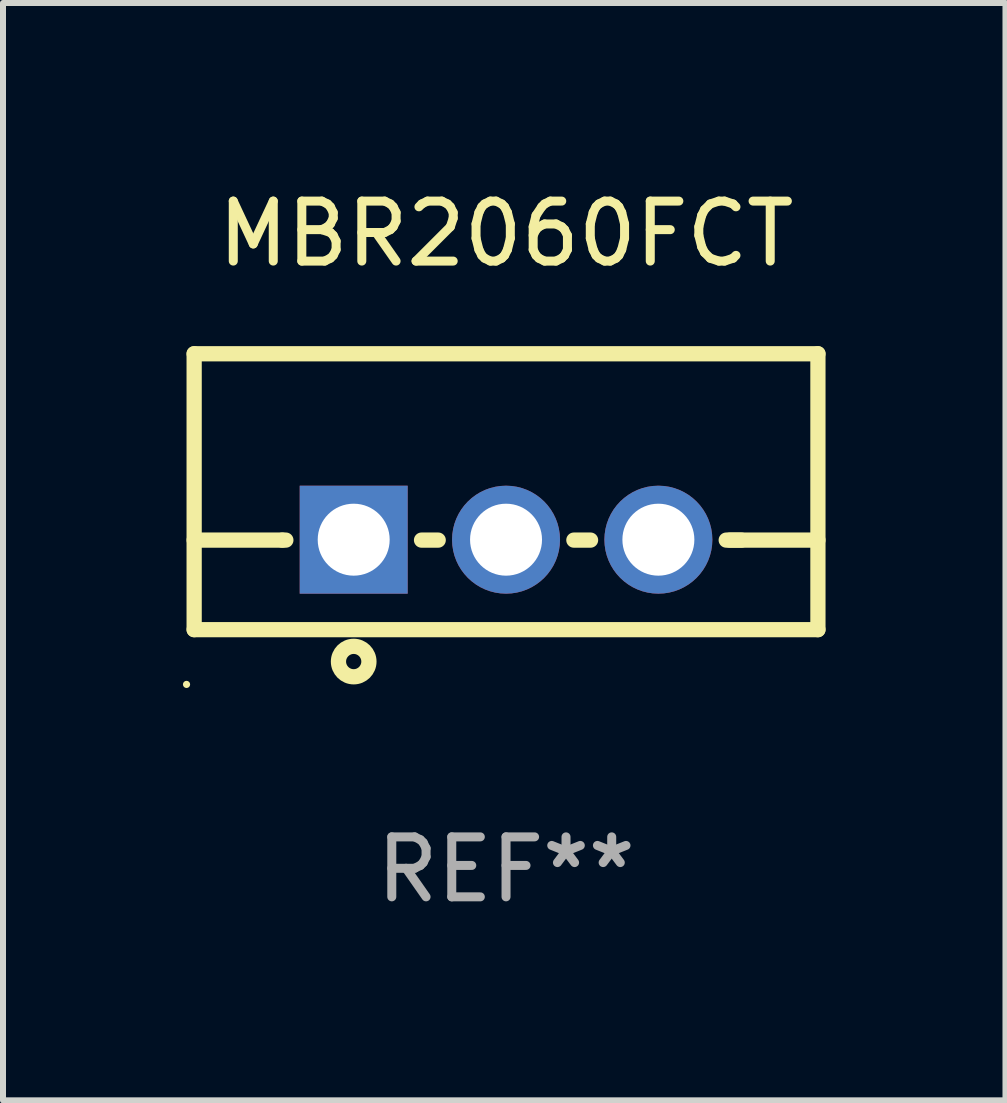
<source format=kicad_pcb>
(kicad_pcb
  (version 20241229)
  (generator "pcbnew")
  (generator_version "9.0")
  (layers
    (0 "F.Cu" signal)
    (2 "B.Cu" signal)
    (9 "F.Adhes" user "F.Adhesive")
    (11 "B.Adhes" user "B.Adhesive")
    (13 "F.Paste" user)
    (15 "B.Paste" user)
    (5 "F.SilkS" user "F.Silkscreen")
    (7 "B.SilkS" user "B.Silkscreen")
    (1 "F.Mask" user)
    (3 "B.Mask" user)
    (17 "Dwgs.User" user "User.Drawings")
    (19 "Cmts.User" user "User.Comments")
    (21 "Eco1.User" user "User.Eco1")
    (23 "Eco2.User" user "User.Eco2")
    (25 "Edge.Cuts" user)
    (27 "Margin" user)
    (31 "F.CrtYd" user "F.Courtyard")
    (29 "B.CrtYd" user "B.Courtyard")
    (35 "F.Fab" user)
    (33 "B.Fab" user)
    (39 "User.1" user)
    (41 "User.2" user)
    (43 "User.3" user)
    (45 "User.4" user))
  (footprint "MBR2060FCT"
    (layer "F.Cu")
    (at 5.387 5.148)
    (property "Reference" "MBR2060FCT" (at 0 -4.3 0) (layer "F.SilkS") (effects (font (size 1 1) (thickness 0.15))))
    (attr through_hole)
    (fp_line (start -5.2 -2.3) (end -5.2 2.3) (stroke (width 0.254) (type solid)) (layer "F.SilkS"))
    (fp_line (start -5.2 -2.3) (end 5.2 -2.3) (stroke (width 0.254) (type solid)) (layer "F.SilkS"))
    (fp_line (start -5.2 0.807) (end -3.731 0.807) (stroke (width 0.254) (type solid)) (layer "F.SilkS"))
    (fp_line (start -5.2 2.3) (end 5.2 2.3) (stroke (width 0.254) (type solid)) (layer "F.SilkS"))
    (fp_line (start -3.731 0.807) (end -3.671 0.807) (stroke (width 0.254) (type solid)) (layer "F.SilkS"))
    (fp_line (start -1.409 0.807) (end -1.131 0.807) (stroke (width 0.254) (type solid)) (layer "F.SilkS"))
    (fp_line (start 1.131 0.807) (end 1.409 0.807) (stroke (width 0.254) (type solid)) (layer "F.SilkS"))
    (fp_line (start 3.671 0.807) (end 3.926 0.807) (stroke (width 0.254) (type solid)) (layer "F.SilkS"))
    (fp_line (start 3.731 0.807) (end 5.2 0.807) (stroke (width 0.254) (type solid)) (layer "F.SilkS"))
    (fp_line (start 5.2 -2.3) (end 5.2 2.3) (stroke (width 0.254) (type solid)) (layer "F.SilkS"))
    (fp_circle (center -5.327 3.213) (end -5.297 3.213) (stroke (width 0.06) (type solid)) (fill no) (layer "F.SilkS"))
    (fp_circle (center -2.54 2.832) (end -2.286 2.832) (stroke (width 0.254) (type solid)) (fill no) (layer "F.SilkS"))
    (fp_text user "REF**" (at 0 6.3 0) (layer "F.Fab") (effects (font (size 1 1) (thickness 0.15))))
    (pad "1" thru_hole rect (at -2.54 0.8) (size 1.8 1.8) (drill 1.2) (layers "*.Cu" "*.Mask"))
    (pad "2" thru_hole circle (at 0 0.8) (size 1.8 1.8) (drill 1.2) (layers "*.Cu" "*.Mask"))
    (pad "3" thru_hole circle (at 2.54 0.8) (size 1.8 1.8) (drill 1.2) (layers "*.Cu" "*.Mask")))
  (gr_rect
    (start -3 -3)
    (end 13.714 15.296)
    (stroke (width 0.1) (type default))
    (fill no)
    (layer "Edge.Cuts")))
</source>
